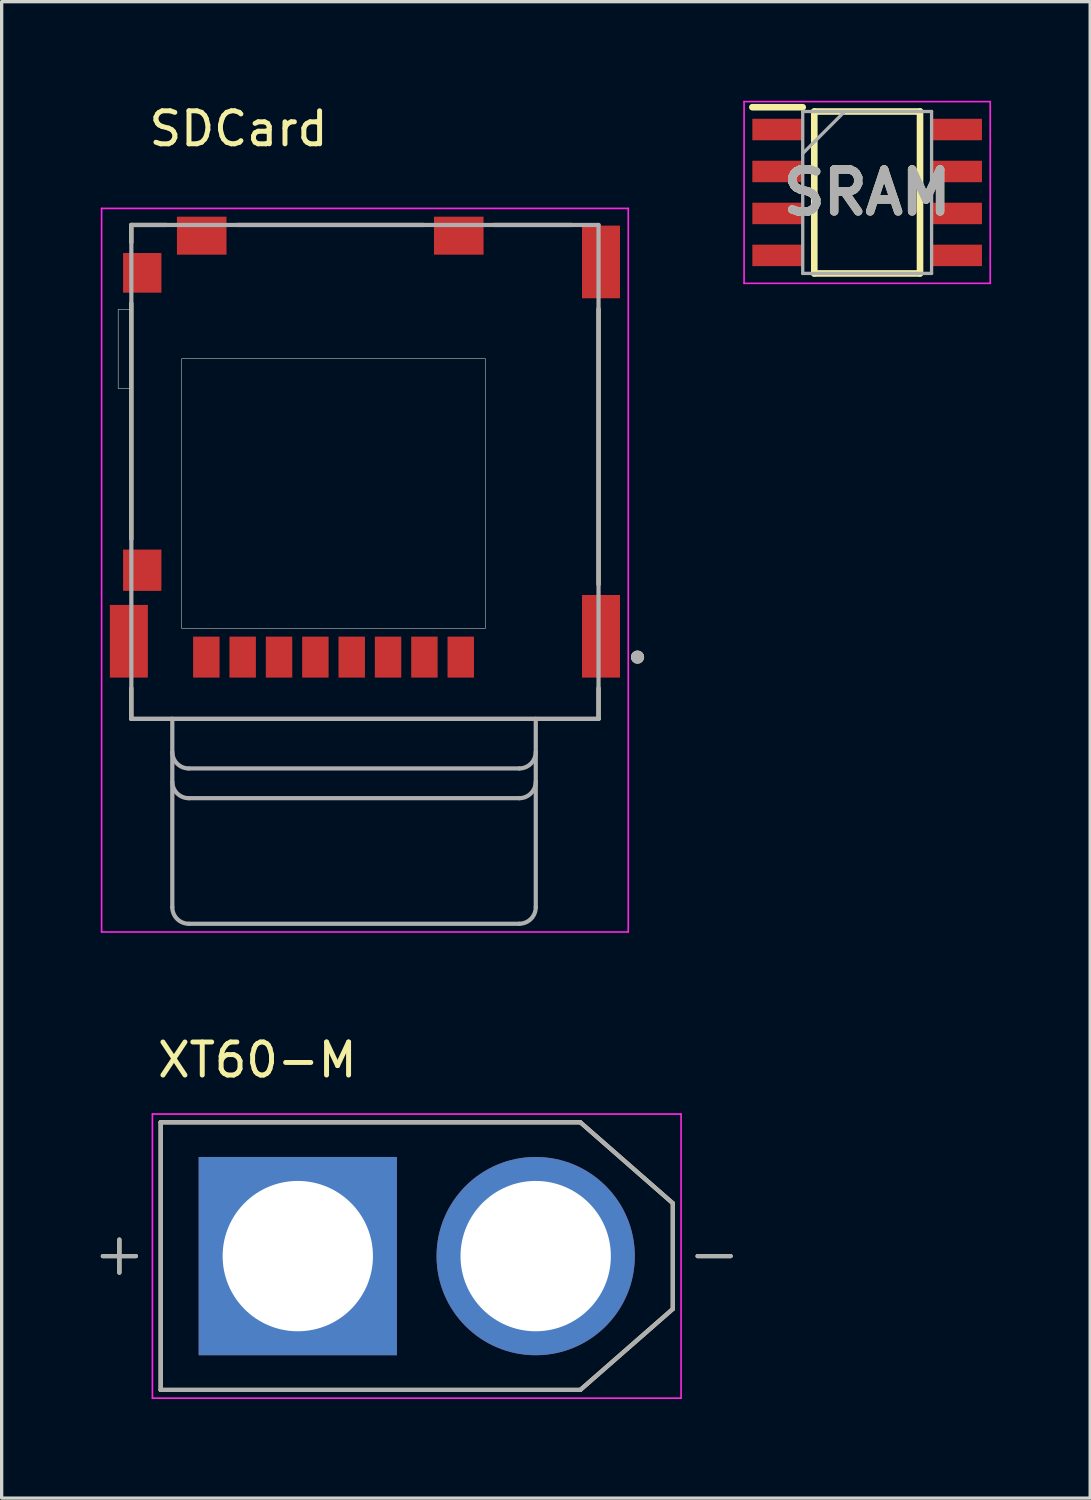
<source format=kicad_pcb>
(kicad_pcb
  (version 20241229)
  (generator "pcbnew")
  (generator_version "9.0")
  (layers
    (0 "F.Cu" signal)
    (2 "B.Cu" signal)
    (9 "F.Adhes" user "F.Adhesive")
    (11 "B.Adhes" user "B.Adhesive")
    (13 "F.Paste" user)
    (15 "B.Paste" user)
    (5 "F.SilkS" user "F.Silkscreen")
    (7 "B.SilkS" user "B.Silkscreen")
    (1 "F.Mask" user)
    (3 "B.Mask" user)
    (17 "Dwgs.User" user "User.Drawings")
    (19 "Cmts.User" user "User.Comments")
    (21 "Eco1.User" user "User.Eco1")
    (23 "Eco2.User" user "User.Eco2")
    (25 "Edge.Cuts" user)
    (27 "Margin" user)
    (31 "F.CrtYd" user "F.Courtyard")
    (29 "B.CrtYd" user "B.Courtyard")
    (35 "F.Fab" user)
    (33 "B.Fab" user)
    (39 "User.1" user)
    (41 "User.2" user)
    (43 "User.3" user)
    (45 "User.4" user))
  (footprint "XT60-M"
    (layer "F.Cu")
    (at 9.563 34.967)
    (property "Reference" "XT60-M" (at -4.825 -5.935 0) (layer "F.SilkS") (effects (font (size 1 1) (thickness 0.15))))
    (attr through_hole)
    (fp_line (start -9.5 0) (end -8.5 0) (stroke (width 0.127) (type solid)) (layer "F.SilkS"))
    (fp_line (start -9 -0.5) (end -9 0.5) (stroke (width 0.127) (type solid)) (layer "F.SilkS"))
    (fp_line (start -7.75 -4.05) (end 4.95 -4.05) (stroke (width 0.127) (type solid)) (layer "F.SilkS"))
    (fp_line (start -7.75 4.05) (end -7.75 -4.05) (stroke (width 0.127) (type solid)) (layer "F.SilkS"))
    (fp_line (start 4.95 -4.05) (end 7.75 -1.6) (stroke (width 0.127) (type solid)) (layer "F.SilkS"))
    (fp_line (start 4.95 4.05) (end -7.75 4.05) (stroke (width 0.127) (type solid)) (layer "F.SilkS"))
    (fp_line (start 7.75 -1.6) (end 7.75 1.6) (stroke (width 0.127) (type solid)) (layer "F.SilkS"))
    (fp_line (start 7.75 1.6) (end 4.95 4.05) (stroke (width 0.127) (type solid)) (layer "F.SilkS"))
    (fp_line (start 8.5 0) (end 9.5 0) (stroke (width 0.127) (type solid)) (layer "F.SilkS"))
    (fp_line (start -8 -4.3) (end -8 4.3) (stroke (width 0.05) (type solid)) (layer "F.CrtYd"))
    (fp_line (start -8 4.3) (end 8 4.3) (stroke (width 0.05) (type solid)) (layer "F.CrtYd"))
    (fp_line (start 8 -4.3) (end -8 -4.3) (stroke (width 0.05) (type solid)) (layer "F.CrtYd"))
    (fp_line (start 8 4.3) (end 8 -4.3) (stroke (width 0.05) (type solid)) (layer "F.CrtYd"))
    (fp_line (start -9.5 0) (end -8.5 0) (stroke (width 0.127) (type solid)) (layer "F.Fab"))
    (fp_line (start -9 -0.5) (end -9 0.5) (stroke (width 0.127) (type solid)) (layer "F.Fab"))
    (fp_line (start -7.75 -4.05) (end 4.95 -4.05) (stroke (width 0.127) (type solid)) (layer "F.Fab"))
    (fp_line (start -7.75 4.05) (end -7.75 -4.05) (stroke (width 0.127) (type solid)) (layer "F.Fab"))
    (fp_line (start 4.95 -4.05) (end 7.75 -1.6) (stroke (width 0.127) (type solid)) (layer "F.Fab"))
    (fp_line (start 4.95 4.05) (end -7.75 4.05) (stroke (width 0.127) (type solid)) (layer "F.Fab"))
    (fp_line (start 7.75 -1.6) (end 7.75 1.6) (stroke (width 0.127) (type solid)) (layer "F.Fab"))
    (fp_line (start 7.75 1.6) (end 4.95 4.05) (stroke (width 0.127) (type solid)) (layer "F.Fab"))
    (fp_line (start 8.5 0) (end 9.5 0) (stroke (width 0.127) (type solid)) (layer "F.Fab"))
    (pad "N" thru_hole circle (at 3.6 0) (size 6 6) (drill 4.55) (layers "*.Cu" "*.Mask"))
    (pad "P" thru_hole rect (at -3.6 0) (size 6 6) (drill 4.55) (layers "*.Cu" "*.Mask")))
  (footprint "SRAM"
    (layer "F.Cu")
    (at 23.195 2.775)
    (property "Reference" "SRAM" (at 0 0 0) (layer "F.SilkS") (effects (font (size 1.27 1.27) (thickness 0.254))))
    (attr smd)
    (fp_line (start -3.475 -2.58) (end -1.95 -2.58) (stroke (width 0.2) (type solid)) (layer "F.SilkS"))
    (fp_line (start -1.6 -2.45) (end 1.6 -2.45) (stroke (width 0.2) (type solid)) (layer "F.SilkS"))
    (fp_line (start -1.6 2.45) (end -1.6 -2.45) (stroke (width 0.2) (type solid)) (layer "F.SilkS"))
    (fp_line (start 1.6 -2.45) (end 1.6 2.45) (stroke (width 0.2) (type solid)) (layer "F.SilkS"))
    (fp_line (start 1.6 2.45) (end -1.6 2.45) (stroke (width 0.2) (type solid)) (layer "F.SilkS"))
    (fp_line (start -3.725 -2.75) (end 3.725 -2.75) (stroke (width 0.05) (type solid)) (layer "F.CrtYd"))
    (fp_line (start -3.725 2.75) (end -3.725 -2.75) (stroke (width 0.05) (type solid)) (layer "F.CrtYd"))
    (fp_line (start 3.725 -2.75) (end 3.725 2.75) (stroke (width 0.05) (type solid)) (layer "F.CrtYd"))
    (fp_line (start 3.725 2.75) (end -3.725 2.75) (stroke (width 0.05) (type solid)) (layer "F.CrtYd"))
    (fp_line (start -1.95 -2.45) (end 1.95 -2.45) (stroke (width 0.1) (type solid)) (layer "F.Fab"))
    (fp_line (start -1.95 -1.18) (end -0.68 -2.45) (stroke (width 0.1) (type solid)) (layer "F.Fab"))
    (fp_line (start -1.95 2.45) (end -1.95 -2.45) (stroke (width 0.1) (type solid)) (layer "F.Fab"))
    (fp_line (start 1.95 -2.45) (end 1.95 2.45) (stroke (width 0.1) (type solid)) (layer "F.Fab"))
    (fp_line (start 1.95 2.45) (end -1.95 2.45) (stroke (width 0.1) (type solid)) (layer "F.Fab"))
    (fp_text user "${REFERENCE}" (at 0 0 0) (layer "F.Fab") (effects (font (size 1.27 1.27) (thickness 0.254))))
    (pad "1" smd rect (at -2.712 -1.905 90) (size 0.65 1.525) (layers "F.Cu" "F.Mask" "F.Paste"))
    (pad "2" smd rect (at -2.712 -0.635 90) (size 0.65 1.525) (layers "F.Cu" "F.Mask" "F.Paste"))
    (pad "3" smd rect (at -2.712 0.635 90) (size 0.65 1.525) (layers "F.Cu" "F.Mask" "F.Paste"))
    (pad "4" smd rect (at -2.712 1.905 90) (size 0.65 1.525) (layers "F.Cu" "F.Mask" "F.Paste"))
    (pad "5" smd rect (at 2.712 1.905 90) (size 0.65 1.525) (layers "F.Cu" "F.Mask" "F.Paste"))
    (pad "6" smd rect (at 2.712 0.635 90) (size 0.65 1.525) (layers "F.Cu" "F.Mask" "F.Paste"))
    (pad "7" smd rect (at 2.712 -0.635 90) (size 0.65 1.525) (layers "F.Cu" "F.Mask" "F.Paste"))
    (pad "8" smd rect (at 2.712 -1.905 90) (size 0.65 1.525) (layers "F.Cu" "F.Mask" "F.Paste")))
  (footprint "SDCard"
    (layer "F.Cu")
    (at 7.995 11.233)
    (property "Reference" "SDCard" (at -3.825 -10.385 0) (layer "F.SilkS") (effects (font (size 1 1) (thickness 0.15))))
    (attr smd)
    (fp_line (start -7.07 -7.475) (end -6.01 -7.475) (stroke (width 0.127) (type solid)) (layer "F.SilkS"))
    (fp_line (start -7.07 -6.945) (end -7.07 -7.475) (stroke (width 0.127) (type solid)) (layer "F.SilkS"))
    (fp_line (start -7.07 2.03) (end -7.07 -5.105) (stroke (width 0.127) (type solid)) (layer "F.SilkS"))
    (fp_line (start -7.07 7.475) (end -7.07 6.545) (stroke (width 0.127) (type solid)) (layer "F.SilkS"))
    (fp_line (start -3.87 -7.475) (end 1.77 -7.475) (stroke (width 0.127) (type solid)) (layer "F.SilkS"))
    (fp_line (start 3.91 -7.475) (end 6.25 -7.475) (stroke (width 0.127) (type solid)) (layer "F.SilkS"))
    (fp_line (start 7.07 -4.935) (end 7.07 3.405) (stroke (width 0.127) (type solid)) (layer "F.SilkS"))
    (fp_line (start 7.07 6.545) (end 7.07 7.475) (stroke (width 0.127) (type solid)) (layer "F.SilkS"))
    (fp_line (start 7.07 7.475) (end -7.07 7.475) (stroke (width 0.127) (type solid)) (layer "F.SilkS"))
    (fp_circle (center 8.25 5.605) (end 8.35 5.605) (stroke (width 0.2) (type solid)) (fill no) (layer "F.SilkS"))
    (fp_poly (pts (xy -7.47 -4.925) (xy -7.07 -4.925) (xy -7.07 -2.525) (xy -7.47 -2.525)) (stroke (width 0.01) (type solid)) (fill no) (layer "Dwgs.User"))
    (fp_poly (pts (xy -7.47 -4.925) (xy -7.07 -4.925) (xy -7.07 -2.525) (xy -7.47 -2.525)) (stroke (width 0.01) (type solid)) (fill no) (layer "Dwgs.User"))
    (fp_poly (pts (xy -5.55 -3.425) (xy 3.65 -3.425) (xy 3.65 4.735) (xy -5.55 4.735)) (stroke (width 0.01) (type solid)) (fill no) (layer "Dwgs.User"))
    (fp_poly (pts (xy -5.55 -3.425) (xy 3.65 -3.425) (xy 3.65 4.735) (xy -5.55 4.735)) (stroke (width 0.01) (type solid)) (fill no) (layer "Dwgs.User"))
    (fp_line (start -7.97 -7.975) (end 7.97 -7.975) (stroke (width 0.05) (type solid)) (layer "F.CrtYd"))
    (fp_line (start -7.97 13.925) (end -7.97 -7.975) (stroke (width 0.05) (type solid)) (layer "F.CrtYd"))
    (fp_line (start 7.97 -7.975) (end 7.97 13.925) (stroke (width 0.05) (type solid)) (layer "F.CrtYd"))
    (fp_line (start 7.97 13.925) (end -7.97 13.925) (stroke (width 0.05) (type solid)) (layer "F.CrtYd"))
    (fp_line (start -7.07 -7.475) (end 7.07 -7.475) (stroke (width 0.127) (type solid)) (layer "F.Fab"))
    (fp_line (start -7.07 7.475) (end -7.07 -7.475) (stroke (width 0.127) (type solid)) (layer "F.Fab"))
    (fp_line (start -5.83 7.475) (end -7.07 7.475) (stroke (width 0.127) (type solid)) (layer "F.Fab"))
    (fp_line (start -5.83 7.475) (end -5.83 13.175) (stroke (width 0.127) (type solid)) (layer "F.Fab"))
    (fp_line (start -5.33 8.975) (end 4.67 8.975) (stroke (width 0.127) (type solid)) (layer "F.Fab"))
    (fp_line (start -5.33 9.875) (end 4.67 9.875) (stroke (width 0.127) (type solid)) (layer "F.Fab"))
    (fp_line (start -5.33 13.675) (end 4.67 13.675) (stroke (width 0.127) (type solid)) (layer "F.Fab"))
    (fp_line (start 5.17 7.475) (end -5.83 7.475) (stroke (width 0.127) (type solid)) (layer "F.Fab"))
    (fp_line (start 5.17 13.175) (end 5.17 7.475) (stroke (width 0.127) (type solid)) (layer "F.Fab"))
    (fp_line (start 7.07 -7.475) (end 7.07 7.475) (stroke (width 0.127) (type solid)) (layer "F.Fab"))
    (fp_line (start 7.07 7.475) (end 5.17 7.475) (stroke (width 0.127) (type solid)) (layer "F.Fab"))
    (fp_arc (start -5.33 8.975) (mid -5.683553 8.828553) (end -5.83 8.475) (stroke (width 0.127) (type solid)) (layer "F.Fab"))
    (fp_arc (start -5.33 9.875) (mid -5.683553 9.728553) (end -5.83 9.375) (stroke (width 0.127) (type solid)) (layer "F.Fab"))
    (fp_arc (start -5.33 13.675) (mid -5.683553 13.528553) (end -5.83 13.175) (stroke (width 0.127) (type solid)) (layer "F.Fab"))
    (fp_arc (start 5.17 8.475) (mid 5.023553 8.828553) (end 4.67 8.975) (stroke (width 0.127) (type solid)) (layer "F.Fab"))
    (fp_arc (start 5.17 9.375) (mid 5.023553 9.728553) (end 4.67 9.875) (stroke (width 0.127) (type solid)) (layer "F.Fab"))
    (fp_arc (start 5.17 13.175) (mid 5.023553 13.528553) (end 4.67 13.675) (stroke (width 0.127) (type solid)) (layer "F.Fab"))
    (fp_circle (center 8.25 5.605) (end 8.35 5.605) (stroke (width 0.2) (type solid)) (fill no) (layer "F.Fab"))
    (pad "CD" smd rect (at -6.74 2.975) (size 1.16 1.25) (layers "F.Cu" "F.Mask" "F.Paste"))
    (pad "G1" smd rect (at -6.74 -6.025) (size 1.16 1.2) (layers "F.Cu" "F.Mask" "F.Paste"))
    (pad "G2" smd rect (at -4.94 -7.15) (size 1.5 1.15) (layers "F.Cu" "F.Mask" "F.Paste"))
    (pad "G3" smd rect (at 2.84 -7.15) (size 1.5 1.15) (layers "F.Cu" "F.Mask" "F.Paste"))
    (pad "G4" smd rect (at 7.145 -6.355) (size 1.15 2.2) (layers "F.Cu" "F.Mask" "F.Paste"))
    (pad "G5" smd rect (at -7.145 5.125) (size 1.15 2.2) (layers "F.Cu" "F.Mask" "F.Paste"))
    (pad "G6" smd rect (at 7.145 4.975) (size 1.15 2.5) (layers "F.Cu" "F.Mask" "F.Paste"))
    (pad "P1" smd rect (at 2.9 5.605) (size 0.8 1.24) (layers "F.Cu" "F.Mask" "F.Paste"))
    (pad "P2" smd rect (at 1.8 5.605) (size 0.8 1.24) (layers "F.Cu" "F.Mask" "F.Paste"))
    (pad "P3" smd rect (at 0.7 5.605) (size 0.8 1.24) (layers "F.Cu" "F.Mask" "F.Paste"))
    (pad "P4" smd rect (at -0.4 5.605) (size 0.8 1.24) (layers "F.Cu" "F.Mask" "F.Paste"))
    (pad "P5" smd rect (at -1.5 5.605) (size 0.8 1.24) (layers "F.Cu" "F.Mask" "F.Paste"))
    (pad "P6" smd rect (at -2.6 5.605) (size 0.8 1.24) (layers "F.Cu" "F.Mask" "F.Paste"))
    (pad "P7" smd rect (at -3.7 5.605) (size 0.8 1.24) (layers "F.Cu" "F.Mask" "F.Paste"))
    (pad "P8" smd rect (at -4.8 5.605) (size 0.8 1.24) (layers "F.Cu" "F.Mask" "F.Paste")))
  (gr_rect
    (start -3 -3)
    (end 29.945 42.291)
    (stroke (width 0.1) (type default))
    (fill no)
    (layer "Edge.Cuts")))
</source>
